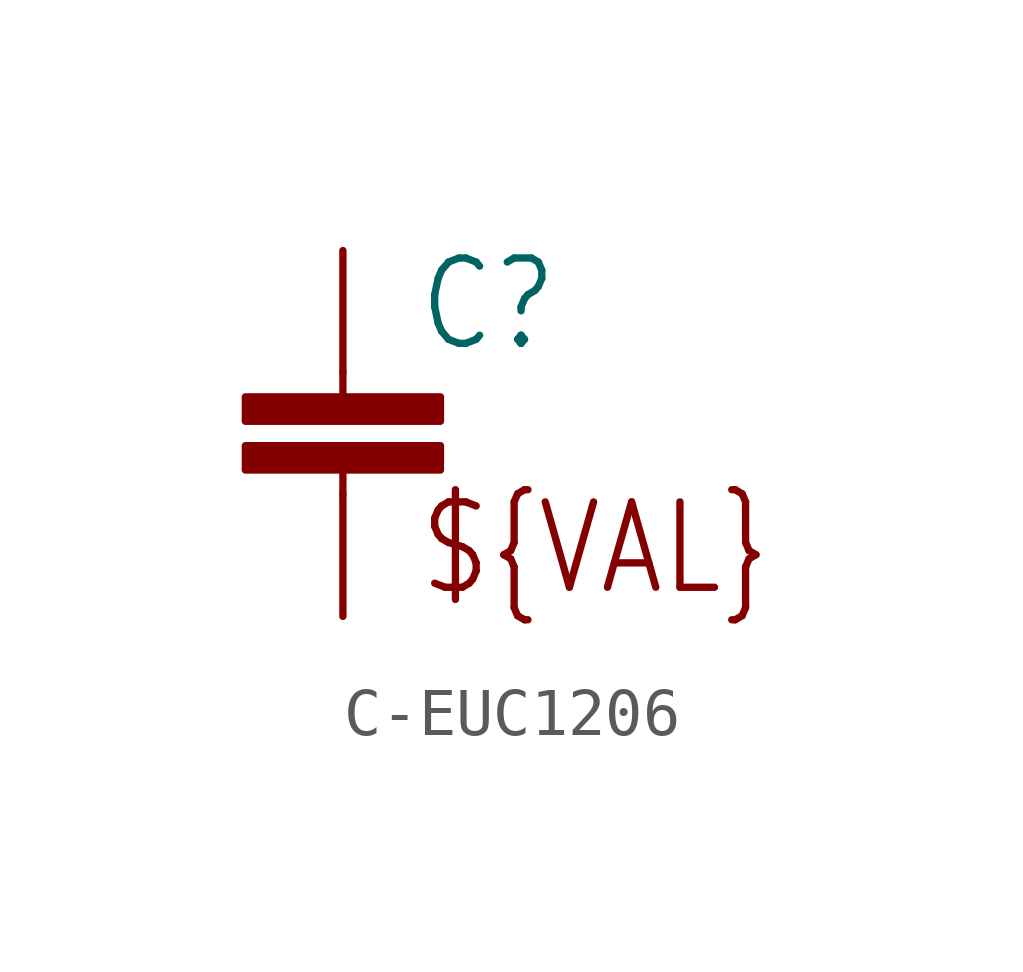
<source format=kicad_sym>
(kicad_symbol_lib
  (version 20231120)
  (generator "kicad_symbol_editor")
  (generator_version "8.0")
  (symbol "C-EUC1206"
    (property "Reference" "C"
      (at 1.524 0.381 0)
      (effects (font (size 1.778 1.511)) (justify left bottom)))
    (property "ki_locked" ""
      (at 0 0 0)
      (effects (font (size 1.27 1.27))))
    (symbol "C-EUC1206_1_0"
      (rectangle (start -2.032 -2.032) (end 2.032 -1.524) (stroke (width 0) (type default)) (fill (type outline)))
      (rectangle (start -2.032 -1.016) (end 2.032 -0.508) (stroke (width 0) (type default)) (fill (type outline)))
      (polyline (pts (xy 0 -2.54) (xy 0 -2.032)) (stroke (width 0.152) (type solid)) (fill (type none)))
      (polyline (pts (xy 0 0) (xy 0 -0.508)) (stroke (width 0.152) (type solid)) (fill (type none)))
      (text "${VAL}" (at 1.524 -4.699 0) (effects (font (size 1.778 1.511)) (justify left bottom)))
      (pin passive line (at 0 2.54 270) (length 2.54) (name "1" (effects (font (size 0 0)))) (number "1" (effects (font (size 0 0)))))
      (pin passive line (at 0 -5.08 90) (length 2.54) (name "2" (effects (font (size 0 0)))) (number "2" (effects (font (size 0 0))))))))
</source>
